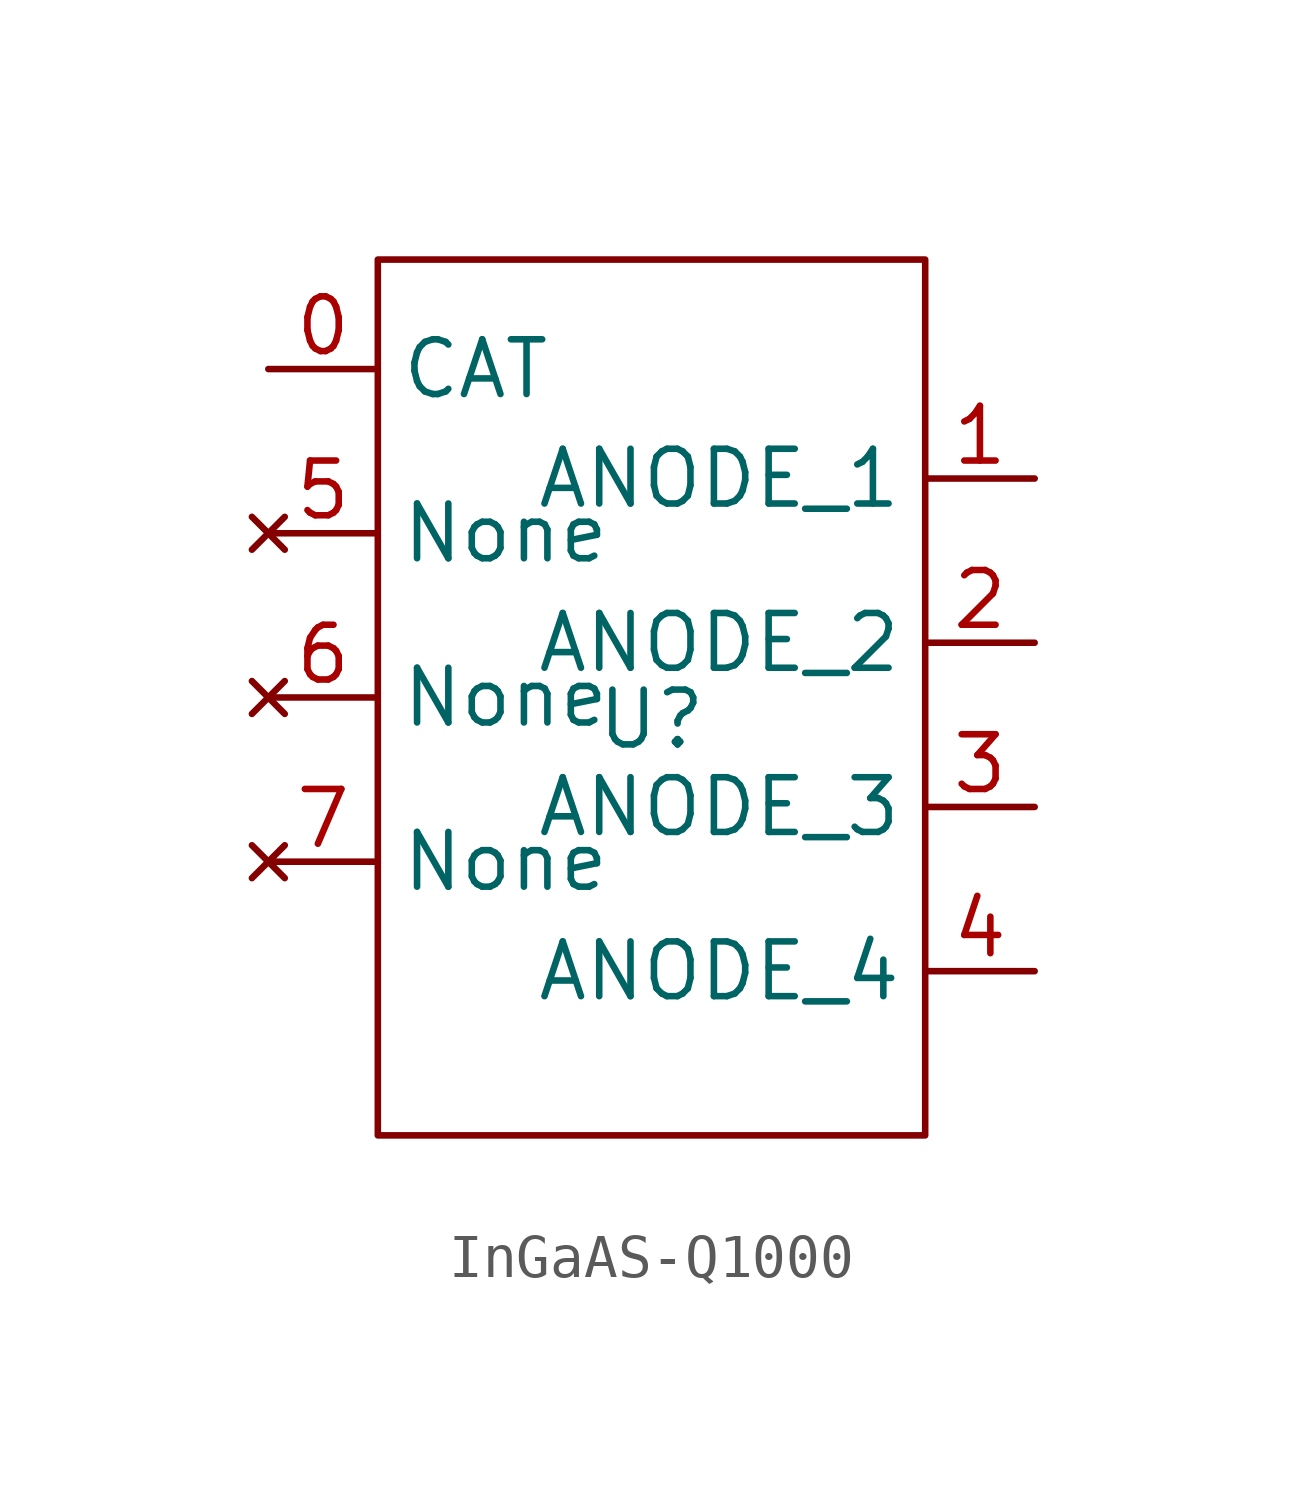
<source format=kicad_sym>
(kicad_symbol_lib
  (version 20231120)
  (generator "kicad_symbol_editor")
  (generator_version "8.0")
  (symbol "InGaAS-Q1000"
    (property "Reference" "U"
      (at 0 -0.508 0)
      (effects (font (size 1.27 1.27))))
    (property "Value" ""
      (at 0 0 0)
      (effects (font (size 1.27 1.27))))
    (symbol "InGaAS-Q1000_0_1"
      (rectangle (start -6.35 10.16) (end 6.35 -10.16) (stroke (width 0) (type default)) (fill (type none))))
    (symbol "InGaAS-Q1000_1_1"
      (pin passive line (at -8.89 7.62 0) (length 2.54) (name "CAT" (effects (font (size 1.27 1.27)))) (number "0" (effects (font (size 1.27 1.27)))))
      (pin passive line (at 8.89 5.08 180) (length 2.54) (name "ANODE_1" (effects (font (size 1.27 1.27)))) (number "1" (effects (font (size 1.27 1.27)))))
      (pin passive line (at 8.89 1.27 180) (length 2.54) (name "ANODE_2" (effects (font (size 1.27 1.27)))) (number "2" (effects (font (size 1.27 1.27)))))
      (pin passive line (at 8.89 -2.54 180) (length 2.54) (name "ANODE_3" (effects (font (size 1.27 1.27)))) (number "3" (effects (font (size 1.27 1.27)))))
      (pin passive line (at 8.89 -6.35 180) (length 2.54) (name "ANODE_4" (effects (font (size 1.27 1.27)))) (number "4" (effects (font (size 1.27 1.27)))))
      (pin no_connect line (at -8.89 3.81 0) (length 2.54) (name "None" (effects (font (size 1.27 1.27)))) (number "5" (effects (font (size 1.27 1.27)))))
      (pin no_connect line (at -8.89 0 0) (length 2.54) (name "None" (effects (font (size 1.27 1.27)))) (number "6" (effects (font (size 1.27 1.27)))))
      (pin no_connect line (at -8.89 -3.81 0) (length 2.54) (name "None" (effects (font (size 1.27 1.27)))) (number "7" (effects (font (size 1.27 1.27))))))))
</source>
